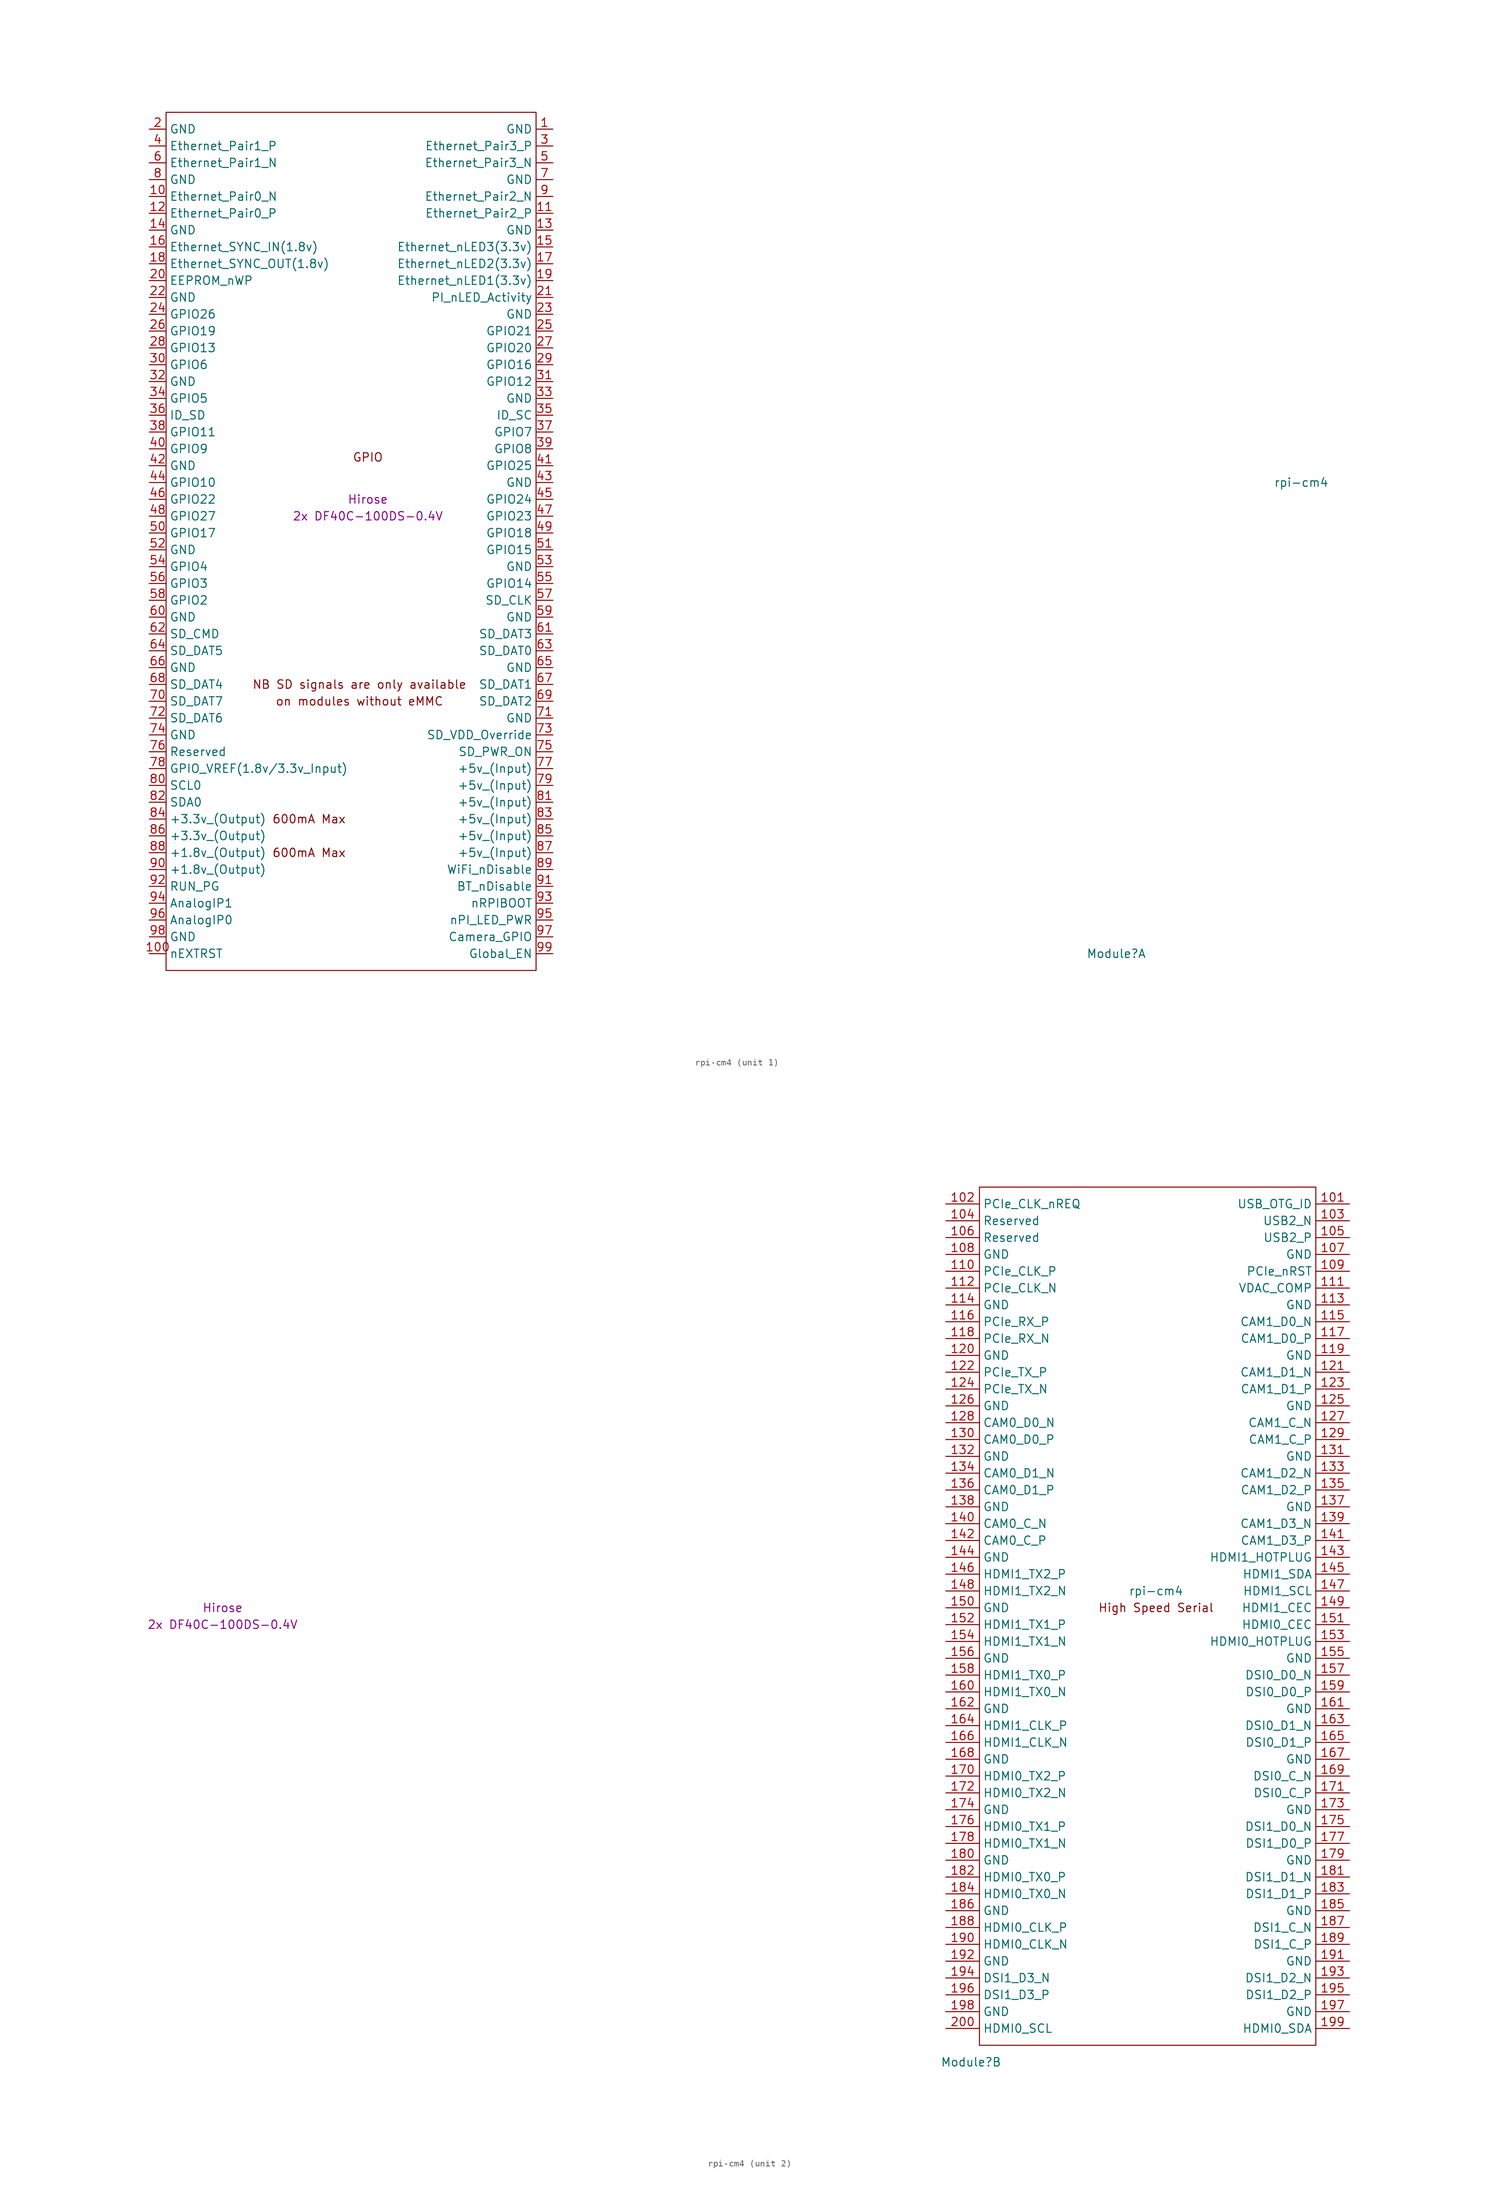
<source format=kicad_sym>
(kicad_symbol_lib
  (version 20231120)
  (generator "kicad_symbol_editor")
  (generator_version "8.0")
  (symbol "rpi-cm4"
    (property "Reference" "Module"
      (at 113.03 -68.58 0)
      (effects (font (size 1.27 1.27))))
    (property "Value" "rpi-cm4"
      (at 140.97 2.54 0)
      (effects (font (size 1.27 1.27))))
    (property "Field4" "Hirose"
      (at 0 0 0)
      (effects (font (size 1.27 1.27))))
    (property "Field5" "2x DF40C-100DS-0.4V"
      (at 0 -2.54 0)
      (effects (font (size 1.27 1.27))))
    (symbol "rpi-cm4_1_0"
      (text "GPIO" (at 0 6.35 0) (effects (font (size 1.27 1.27)))))
    (symbol "rpi-cm4_1_1"
      (rectangle (start -30.48 -71.12) (end 25.4 58.42) (stroke (width 0) (type default)) (fill (type none)))
      (text "600mA Max" (at -8.89 -53.34 0) (effects (font (size 1.27 1.27))))
      (text "600mA Max" (at -8.89 -48.26 0) (effects (font (size 1.27 1.27))))
      (text "NB SD signals are only available" (at -1.27 -27.94 0) (effects (font (size 1.27 1.27))))
      (text "on modules without eMMC" (at -1.27 -30.48 0) (effects (font (size 1.27 1.27))))
      (pin power_in line (at 27.94 55.88 180) (length 2.54) (name "GND" (effects (font (size 1.27 1.27)))) (number "1" (effects (font (size 1.27 1.27)))))
      (pin passive line (at -33.02 45.72 0) (length 2.54) (name "Ethernet_Pair0_N" (effects (font (size 1.27 1.27)))) (number "10" (effects (font (size 1.27 1.27)))))
      (pin output line (at -33.02 -68.58 0) (length 2.54) (name "nEXTRST" (effects (font (size 1.27 1.27)))) (number "100" (effects (font (size 1.27 1.27)))))
      (pin passive line (at 27.94 43.18 180) (length 2.54) (name "Ethernet_Pair2_P" (effects (font (size 1.27 1.27)))) (number "11" (effects (font (size 1.27 1.27)))))
      (pin passive line (at -33.02 43.18 0) (length 2.54) (name "Ethernet_Pair0_P" (effects (font (size 1.27 1.27)))) (number "12" (effects (font (size 1.27 1.27)))))
      (pin power_in line (at 27.94 40.64 180) (length 2.54) (name "GND" (effects (font (size 1.27 1.27)))) (number "13" (effects (font (size 1.27 1.27)))))
      (pin power_in line (at -33.02 40.64 0) (length 2.54) (name "GND" (effects (font (size 1.27 1.27)))) (number "14" (effects (font (size 1.27 1.27)))))
      (pin output line (at 27.94 38.1 180) (length 2.54) (name "Ethernet_nLED3(3.3v)" (effects (font (size 1.27 1.27)))) (number "15" (effects (font (size 1.27 1.27)))))
      (pin input line (at -33.02 38.1 0) (length 2.54) (name "Ethernet_SYNC_IN(1.8v)" (effects (font (size 1.27 1.27)))) (number "16" (effects (font (size 1.27 1.27)))))
      (pin output line (at 27.94 35.56 180) (length 2.54) (name "Ethernet_nLED2(3.3v)" (effects (font (size 1.27 1.27)))) (number "17" (effects (font (size 1.27 1.27)))))
      (pin input line (at -33.02 35.56 0) (length 2.54) (name "Ethernet_SYNC_OUT(1.8v)" (effects (font (size 1.27 1.27)))) (number "18" (effects (font (size 1.27 1.27)))))
      (pin output line (at 27.94 33.02 180) (length 2.54) (name "Ethernet_nLED1(3.3v)" (effects (font (size 1.27 1.27)))) (number "19" (effects (font (size 1.27 1.27)))))
      (pin power_in line (at -33.02 55.88 0) (length 2.54) (name "GND" (effects (font (size 1.27 1.27)))) (number "2" (effects (font (size 1.27 1.27)))))
      (pin passive line (at -33.02 33.02 0) (length 2.54) (name "EEPROM_nWP" (effects (font (size 1.27 1.27)))) (number "20" (effects (font (size 1.27 1.27)))))
      (pin open_collector line (at 27.94 30.48 180) (length 2.54) (name "PI_nLED_Activity" (effects (font (size 1.27 1.27)))) (number "21" (effects (font (size 1.27 1.27)))))
      (pin power_in line (at -33.02 30.48 0) (length 2.54) (name "GND" (effects (font (size 1.27 1.27)))) (number "22" (effects (font (size 1.27 1.27)))))
      (pin power_in line (at 27.94 27.94 180) (length 2.54) (name "GND" (effects (font (size 1.27 1.27)))) (number "23" (effects (font (size 1.27 1.27)))))
      (pin passive line (at -33.02 27.94 0) (length 2.54) (name "GPIO26" (effects (font (size 1.27 1.27)))) (number "24" (effects (font (size 1.27 1.27)))))
      (pin passive line (at 27.94 25.4 180) (length 2.54) (name "GPIO21" (effects (font (size 1.27 1.27)))) (number "25" (effects (font (size 1.27 1.27)))))
      (pin passive line (at -33.02 25.4 0) (length 2.54) (name "GPIO19" (effects (font (size 1.27 1.27)))) (number "26" (effects (font (size 1.27 1.27)))))
      (pin passive line (at 27.94 22.86 180) (length 2.54) (name "GPIO20" (effects (font (size 1.27 1.27)))) (number "27" (effects (font (size 1.27 1.27)))))
      (pin passive line (at -33.02 22.86 0) (length 2.54) (name "GPIO13" (effects (font (size 1.27 1.27)))) (number "28" (effects (font (size 1.27 1.27)))))
      (pin passive line (at 27.94 20.32 180) (length 2.54) (name "GPIO16" (effects (font (size 1.27 1.27)))) (number "29" (effects (font (size 1.27 1.27)))))
      (pin passive line (at 27.94 53.34 180) (length 2.54) (name "Ethernet_Pair3_P" (effects (font (size 1.27 1.27)))) (number "3" (effects (font (size 1.27 1.27)))))
      (pin passive line (at -33.02 20.32 0) (length 2.54) (name "GPIO6" (effects (font (size 1.27 1.27)))) (number "30" (effects (font (size 1.27 1.27)))))
      (pin passive line (at 27.94 17.78 180) (length 2.54) (name "GPIO12" (effects (font (size 1.27 1.27)))) (number "31" (effects (font (size 1.27 1.27)))))
      (pin power_in line (at -33.02 17.78 0) (length 2.54) (name "GND" (effects (font (size 1.27 1.27)))) (number "32" (effects (font (size 1.27 1.27)))))
      (pin power_in line (at 27.94 15.24 180) (length 2.54) (name "GND" (effects (font (size 1.27 1.27)))) (number "33" (effects (font (size 1.27 1.27)))))
      (pin passive line (at -33.02 15.24 0) (length 2.54) (name "GPIO5" (effects (font (size 1.27 1.27)))) (number "34" (effects (font (size 1.27 1.27)))))
      (pin passive line (at 27.94 12.7 180) (length 2.54) (name "ID_SC" (effects (font (size 1.27 1.27)))) (number "35" (effects (font (size 1.27 1.27)))))
      (pin passive line (at -33.02 12.7 0) (length 2.54) (name "ID_SD" (effects (font (size 1.27 1.27)))) (number "36" (effects (font (size 1.27 1.27)))))
      (pin passive line (at 27.94 10.16 180) (length 2.54) (name "GPIO7" (effects (font (size 1.27 1.27)))) (number "37" (effects (font (size 1.27 1.27)))))
      (pin passive line (at -33.02 10.16 0) (length 2.54) (name "GPIO11" (effects (font (size 1.27 1.27)))) (number "38" (effects (font (size 1.27 1.27)))))
      (pin passive line (at 27.94 7.62 180) (length 2.54) (name "GPIO8" (effects (font (size 1.27 1.27)))) (number "39" (effects (font (size 1.27 1.27)))))
      (pin passive line (at -33.02 53.34 0) (length 2.54) (name "Ethernet_Pair1_P" (effects (font (size 1.27 1.27)))) (number "4" (effects (font (size 1.27 1.27)))))
      (pin passive line (at -33.02 7.62 0) (length 2.54) (name "GPIO9" (effects (font (size 1.27 1.27)))) (number "40" (effects (font (size 1.27 1.27)))))
      (pin passive line (at 27.94 5.08 180) (length 2.54) (name "GPIO25" (effects (font (size 1.27 1.27)))) (number "41" (effects (font (size 1.27 1.27)))))
      (pin power_in line (at -33.02 5.08 0) (length 2.54) (name "GND" (effects (font (size 1.27 1.27)))) (number "42" (effects (font (size 1.27 1.27)))))
      (pin power_in line (at 27.94 2.54 180) (length 2.54) (name "GND" (effects (font (size 1.27 1.27)))) (number "43" (effects (font (size 1.27 1.27)))))
      (pin passive line (at -33.02 2.54 0) (length 2.54) (name "GPIO10" (effects (font (size 1.27 1.27)))) (number "44" (effects (font (size 1.27 1.27)))))
      (pin passive line (at 27.94 0 180) (length 2.54) (name "GPIO24" (effects (font (size 1.27 1.27)))) (number "45" (effects (font (size 1.27 1.27)))))
      (pin passive line (at -33.02 0 0) (length 2.54) (name "GPIO22" (effects (font (size 1.27 1.27)))) (number "46" (effects (font (size 1.27 1.27)))))
      (pin passive line (at 27.94 -2.54 180) (length 2.54) (name "GPIO23" (effects (font (size 1.27 1.27)))) (number "47" (effects (font (size 1.27 1.27)))))
      (pin passive line (at -33.02 -2.54 0) (length 2.54) (name "GPIO27" (effects (font (size 1.27 1.27)))) (number "48" (effects (font (size 1.27 1.27)))))
      (pin passive line (at 27.94 -5.08 180) (length 2.54) (name "GPIO18" (effects (font (size 1.27 1.27)))) (number "49" (effects (font (size 1.27 1.27)))))
      (pin passive line (at 27.94 50.8 180) (length 2.54) (name "Ethernet_Pair3_N" (effects (font (size 1.27 1.27)))) (number "5" (effects (font (size 1.27 1.27)))))
      (pin passive line (at -33.02 -5.08 0) (length 2.54) (name "GPIO17" (effects (font (size 1.27 1.27)))) (number "50" (effects (font (size 1.27 1.27)))))
      (pin passive line (at 27.94 -7.62 180) (length 2.54) (name "GPIO15" (effects (font (size 1.27 1.27)))) (number "51" (effects (font (size 1.27 1.27)))))
      (pin power_in line (at -33.02 -7.62 0) (length 2.54) (name "GND" (effects (font (size 1.27 1.27)))) (number "52" (effects (font (size 1.27 1.27)))))
      (pin power_in line (at 27.94 -10.16 180) (length 2.54) (name "GND" (effects (font (size 1.27 1.27)))) (number "53" (effects (font (size 1.27 1.27)))))
      (pin passive line (at -33.02 -10.16 0) (length 2.54) (name "GPIO4" (effects (font (size 1.27 1.27)))) (number "54" (effects (font (size 1.27 1.27)))))
      (pin passive line (at 27.94 -12.7 180) (length 2.54) (name "GPIO14" (effects (font (size 1.27 1.27)))) (number "55" (effects (font (size 1.27 1.27)))))
      (pin passive line (at -33.02 -12.7 0) (length 2.54) (name "GPIO3" (effects (font (size 1.27 1.27)))) (number "56" (effects (font (size 1.27 1.27)))))
      (pin passive line (at 27.94 -15.24 180) (length 2.54) (name "SD_CLK" (effects (font (size 1.27 1.27)))) (number "57" (effects (font (size 1.27 1.27)))))
      (pin passive line (at -33.02 -15.24 0) (length 2.54) (name "GPIO2" (effects (font (size 1.27 1.27)))) (number "58" (effects (font (size 1.27 1.27)))))
      (pin power_in line (at 27.94 -17.78 180) (length 2.54) (name "GND" (effects (font (size 1.27 1.27)))) (number "59" (effects (font (size 1.27 1.27)))))
      (pin passive line (at -33.02 50.8 0) (length 2.54) (name "Ethernet_Pair1_N" (effects (font (size 1.27 1.27)))) (number "6" (effects (font (size 1.27 1.27)))))
      (pin power_in line (at -33.02 -17.78 0) (length 2.54) (name "GND" (effects (font (size 1.27 1.27)))) (number "60" (effects (font (size 1.27 1.27)))))
      (pin passive line (at 27.94 -20.32 180) (length 2.54) (name "SD_DAT3" (effects (font (size 1.27 1.27)))) (number "61" (effects (font (size 1.27 1.27)))))
      (pin passive line (at -33.02 -20.32 0) (length 2.54) (name "SD_CMD" (effects (font (size 1.27 1.27)))) (number "62" (effects (font (size 1.27 1.27)))))
      (pin passive line (at 27.94 -22.86 180) (length 2.54) (name "SD_DAT0" (effects (font (size 1.27 1.27)))) (number "63" (effects (font (size 1.27 1.27)))))
      (pin passive line (at -33.02 -22.86 0) (length 2.54) (name "SD_DAT5" (effects (font (size 1.27 1.27)))) (number "64" (effects (font (size 1.27 1.27)))))
      (pin power_in line (at 27.94 -25.4 180) (length 2.54) (name "GND" (effects (font (size 1.27 1.27)))) (number "65" (effects (font (size 1.27 1.27)))))
      (pin power_in line (at -33.02 -25.4 0) (length 2.54) (name "GND" (effects (font (size 1.27 1.27)))) (number "66" (effects (font (size 1.27 1.27)))))
      (pin passive line (at 27.94 -27.94 180) (length 2.54) (name "SD_DAT1" (effects (font (size 1.27 1.27)))) (number "67" (effects (font (size 1.27 1.27)))))
      (pin passive line (at -33.02 -27.94 0) (length 2.54) (name "SD_DAT4" (effects (font (size 1.27 1.27)))) (number "68" (effects (font (size 1.27 1.27)))))
      (pin passive line (at 27.94 -30.48 180) (length 2.54) (name "SD_DAT2" (effects (font (size 1.27 1.27)))) (number "69" (effects (font (size 1.27 1.27)))))
      (pin power_in line (at 27.94 48.26 180) (length 2.54) (name "GND" (effects (font (size 1.27 1.27)))) (number "7" (effects (font (size 1.27 1.27)))))
      (pin passive line (at -33.02 -30.48 0) (length 2.54) (name "SD_DAT7" (effects (font (size 1.27 1.27)))) (number "70" (effects (font (size 1.27 1.27)))))
      (pin power_in line (at 27.94 -33.02 180) (length 2.54) (name "GND" (effects (font (size 1.27 1.27)))) (number "71" (effects (font (size 1.27 1.27)))))
      (pin passive line (at -33.02 -33.02 0) (length 2.54) (name "SD_DAT6" (effects (font (size 1.27 1.27)))) (number "72" (effects (font (size 1.27 1.27)))))
      (pin input line (at 27.94 -35.56 180) (length 2.54) (name "SD_VDD_Override" (effects (font (size 1.27 1.27)))) (number "73" (effects (font (size 1.27 1.27)))))
      (pin power_in line (at -33.02 -35.56 0) (length 2.54) (name "GND" (effects (font (size 1.27 1.27)))) (number "74" (effects (font (size 1.27 1.27)))))
      (pin output line (at 27.94 -38.1 180) (length 2.54) (name "SD_PWR_ON" (effects (font (size 1.27 1.27)))) (number "75" (effects (font (size 1.27 1.27)))))
      (pin passive line (at -33.02 -38.1 0) (length 2.54) (name "Reserved" (effects (font (size 1.27 1.27)))) (number "76" (effects (font (size 1.27 1.27)))))
      (pin power_in line (at 27.94 -40.64 180) (length 2.54) (name "+5v_(Input)" (effects (font (size 1.27 1.27)))) (number "77" (effects (font (size 1.27 1.27)))))
      (pin power_in line (at -33.02 -40.64 0) (length 2.54) (name "GPIO_VREF(1.8v/3.3v_Input)" (effects (font (size 1.27 1.27)))) (number "78" (effects (font (size 1.27 1.27)))))
      (pin power_in line (at 27.94 -43.18 180) (length 2.54) (name "+5v_(Input)" (effects (font (size 1.27 1.27)))) (number "79" (effects (font (size 1.27 1.27)))))
      (pin power_in line (at -33.02 48.26 0) (length 2.54) (name "GND" (effects (font (size 1.27 1.27)))) (number "8" (effects (font (size 1.27 1.27)))))
      (pin passive line (at -33.02 -43.18 0) (length 2.54) (name "SCL0" (effects (font (size 1.27 1.27)))) (number "80" (effects (font (size 1.27 1.27)))))
      (pin power_in line (at 27.94 -45.72 180) (length 2.54) (name "+5v_(Input)" (effects (font (size 1.27 1.27)))) (number "81" (effects (font (size 1.27 1.27)))))
      (pin passive line (at -33.02 -45.72 0) (length 2.54) (name "SDA0" (effects (font (size 1.27 1.27)))) (number "82" (effects (font (size 1.27 1.27)))))
      (pin power_in line (at 27.94 -48.26 180) (length 2.54) (name "+5v_(Input)" (effects (font (size 1.27 1.27)))) (number "83" (effects (font (size 1.27 1.27)))))
      (pin power_out line (at -33.02 -48.26 0) (length 2.54) (name "+3.3v_(Output)" (effects (font (size 1.27 1.27)))) (number "84" (effects (font (size 1.27 1.27)))))
      (pin power_in line (at 27.94 -50.8 180) (length 2.54) (name "+5v_(Input)" (effects (font (size 1.27 1.27)))) (number "85" (effects (font (size 1.27 1.27)))))
      (pin power_out line (at -33.02 -50.8 0) (length 2.54) (name "+3.3v_(Output)" (effects (font (size 1.27 1.27)))) (number "86" (effects (font (size 1.27 1.27)))))
      (pin power_in line (at 27.94 -53.34 180) (length 2.54) (name "+5v_(Input)" (effects (font (size 1.27 1.27)))) (number "87" (effects (font (size 1.27 1.27)))))
      (pin power_out line (at -33.02 -53.34 0) (length 2.54) (name "+1.8v_(Output)" (effects (font (size 1.27 1.27)))) (number "88" (effects (font (size 1.27 1.27)))))
      (pin power_in line (at 27.94 -55.88 180) (length 2.54) (name "WiFi_nDisable" (effects (font (size 1.27 1.27)))) (number "89" (effects (font (size 1.27 1.27)))))
      (pin passive line (at 27.94 45.72 180) (length 2.54) (name "Ethernet_Pair2_N" (effects (font (size 1.27 1.27)))) (number "9" (effects (font (size 1.27 1.27)))))
      (pin power_out line (at -33.02 -55.88 0) (length 2.54) (name "+1.8v_(Output)" (effects (font (size 1.27 1.27)))) (number "90" (effects (font (size 1.27 1.27)))))
      (pin power_in line (at 27.94 -58.42 180) (length 2.54) (name "BT_nDisable" (effects (font (size 1.27 1.27)))) (number "91" (effects (font (size 1.27 1.27)))))
      (pin passive line (at -33.02 -58.42 0) (length 2.54) (name "RUN_PG" (effects (font (size 1.27 1.27)))) (number "92" (effects (font (size 1.27 1.27)))))
      (pin input line (at 27.94 -60.96 180) (length 2.54) (name "nRPIBOOT" (effects (font (size 1.27 1.27)))) (number "93" (effects (font (size 1.27 1.27)))))
      (pin passive line (at -33.02 -60.96 0) (length 2.54) (name "AnalogIP1" (effects (font (size 1.27 1.27)))) (number "94" (effects (font (size 1.27 1.27)))))
      (pin output line (at 27.94 -63.5 180) (length 2.54) (name "nPI_LED_PWR" (effects (font (size 1.27 1.27)))) (number "95" (effects (font (size 1.27 1.27)))))
      (pin passive line (at -33.02 -63.5 0) (length 2.54) (name "AnalogIP0" (effects (font (size 1.27 1.27)))) (number "96" (effects (font (size 1.27 1.27)))))
      (pin passive line (at 27.94 -66.04 180) (length 2.54) (name "Camera_GPIO" (effects (font (size 1.27 1.27)))) (number "97" (effects (font (size 1.27 1.27)))))
      (pin power_in line (at -33.02 -66.04 0) (length 2.54) (name "GND" (effects (font (size 1.27 1.27)))) (number "98" (effects (font (size 1.27 1.27)))))
      (pin input line (at 27.94 -68.58 180) (length 2.54) (name "Global_EN" (effects (font (size 1.27 1.27)))) (number "99" (effects (font (size 1.27 1.27))))))
    (symbol "rpi-cm4_2_1"
      (rectangle (start 114.3 -66.04) (end 165.1 63.5) (stroke (width 0) (type default)) (fill (type none)))
      (text "High Speed Serial" (at 140.97 0 0) (effects (font (size 1.27 1.27))))
      (pin input line (at 170.18 60.96 180) (length 5.08) (name "USB_OTG_ID" (effects (font (size 1.27 1.27)))) (number "101" (effects (font (size 1.27 1.27)))))
      (pin input line (at 109.22 60.96 0) (length 5.08) (name "PCIe_CLK_nREQ" (effects (font (size 1.27 1.27)))) (number "102" (effects (font (size 1.27 1.27)))))
      (pin passive line (at 170.18 58.42 180) (length 5.08) (name "USB2_N" (effects (font (size 1.27 1.27)))) (number "103" (effects (font (size 1.27 1.27)))))
      (pin passive line (at 109.22 58.42 0) (length 5.08) (name "Reserved" (effects (font (size 1.27 1.27)))) (number "104" (effects (font (size 1.27 1.27)))))
      (pin passive line (at 170.18 55.88 180) (length 5.08) (name "USB2_P" (effects (font (size 1.27 1.27)))) (number "105" (effects (font (size 1.27 1.27)))))
      (pin passive line (at 109.22 55.88 0) (length 5.08) (name "Reserved" (effects (font (size 1.27 1.27)))) (number "106" (effects (font (size 1.27 1.27)))))
      (pin power_in line (at 170.18 53.34 180) (length 5.08) (name "GND" (effects (font (size 1.27 1.27)))) (number "107" (effects (font (size 1.27 1.27)))))
      (pin power_in line (at 109.22 53.34 0) (length 5.08) (name "GND" (effects (font (size 1.27 1.27)))) (number "108" (effects (font (size 1.27 1.27)))))
      (pin bidirectional line (at 170.18 50.8 180) (length 5.08) (name "PCIe_nRST" (effects (font (size 1.27 1.27)))) (number "109" (effects (font (size 1.27 1.27)))))
      (pin output line (at 109.22 50.8 0) (length 5.08) (name "PCIe_CLK_P" (effects (font (size 1.27 1.27)))) (number "110" (effects (font (size 1.27 1.27)))))
      (pin passive line (at 170.18 48.26 180) (length 5.08) (name "VDAC_COMP" (effects (font (size 1.27 1.27)))) (number "111" (effects (font (size 1.27 1.27)))))
      (pin output line (at 109.22 48.26 0) (length 5.08) (name "PCIe_CLK_N" (effects (font (size 1.27 1.27)))) (number "112" (effects (font (size 1.27 1.27)))))
      (pin power_in line (at 170.18 45.72 180) (length 5.08) (name "GND" (effects (font (size 1.27 1.27)))) (number "113" (effects (font (size 1.27 1.27)))))
      (pin power_in line (at 109.22 45.72 0) (length 5.08) (name "GND" (effects (font (size 1.27 1.27)))) (number "114" (effects (font (size 1.27 1.27)))))
      (pin input line (at 170.18 43.18 180) (length 5.08) (name "CAM1_D0_N" (effects (font (size 1.27 1.27)))) (number "115" (effects (font (size 1.27 1.27)))))
      (pin input line (at 109.22 43.18 0) (length 5.08) (name "PCIe_RX_P" (effects (font (size 1.27 1.27)))) (number "116" (effects (font (size 1.27 1.27)))))
      (pin input line (at 170.18 40.64 180) (length 5.08) (name "CAM1_D0_P" (effects (font (size 1.27 1.27)))) (number "117" (effects (font (size 1.27 1.27)))))
      (pin input line (at 109.22 40.64 0) (length 5.08) (name "PCIe_RX_N" (effects (font (size 1.27 1.27)))) (number "118" (effects (font (size 1.27 1.27)))))
      (pin power_in line (at 170.18 38.1 180) (length 5.08) (name "GND" (effects (font (size 1.27 1.27)))) (number "119" (effects (font (size 1.27 1.27)))))
      (pin power_in line (at 109.22 38.1 0) (length 5.08) (name "GND" (effects (font (size 1.27 1.27)))) (number "120" (effects (font (size 1.27 1.27)))))
      (pin input line (at 170.18 35.56 180) (length 5.08) (name "CAM1_D1_N" (effects (font (size 1.27 1.27)))) (number "121" (effects (font (size 1.27 1.27)))))
      (pin output line (at 109.22 35.56 0) (length 5.08) (name "PCIe_TX_P" (effects (font (size 1.27 1.27)))) (number "122" (effects (font (size 1.27 1.27)))))
      (pin input line (at 170.18 33.02 180) (length 5.08) (name "CAM1_D1_P" (effects (font (size 1.27 1.27)))) (number "123" (effects (font (size 1.27 1.27)))))
      (pin output line (at 109.22 33.02 0) (length 5.08) (name "PCIe_TX_N" (effects (font (size 1.27 1.27)))) (number "124" (effects (font (size 1.27 1.27)))))
      (pin power_in line (at 170.18 30.48 180) (length 5.08) (name "GND" (effects (font (size 1.27 1.27)))) (number "125" (effects (font (size 1.27 1.27)))))
      (pin power_in line (at 109.22 30.48 0) (length 5.08) (name "GND" (effects (font (size 1.27 1.27)))) (number "126" (effects (font (size 1.27 1.27)))))
      (pin input line (at 170.18 27.94 180) (length 5.08) (name "CAM1_C_N" (effects (font (size 1.27 1.27)))) (number "127" (effects (font (size 1.27 1.27)))))
      (pin input line (at 109.22 27.94 0) (length 5.08) (name "CAM0_D0_N" (effects (font (size 1.27 1.27)))) (number "128" (effects (font (size 1.27 1.27)))))
      (pin input line (at 170.18 25.4 180) (length 5.08) (name "CAM1_C_P" (effects (font (size 1.27 1.27)))) (number "129" (effects (font (size 1.27 1.27)))))
      (pin input line (at 109.22 25.4 0) (length 5.08) (name "CAM0_D0_P" (effects (font (size 1.27 1.27)))) (number "130" (effects (font (size 1.27 1.27)))))
      (pin power_in line (at 170.18 22.86 180) (length 5.08) (name "GND" (effects (font (size 1.27 1.27)))) (number "131" (effects (font (size 1.27 1.27)))))
      (pin power_in line (at 109.22 22.86 0) (length 5.08) (name "GND" (effects (font (size 1.27 1.27)))) (number "132" (effects (font (size 1.27 1.27)))))
      (pin input line (at 170.18 20.32 180) (length 5.08) (name "CAM1_D2_N" (effects (font (size 1.27 1.27)))) (number "133" (effects (font (size 1.27 1.27)))))
      (pin input line (at 109.22 20.32 0) (length 5.08) (name "CAM0_D1_N" (effects (font (size 1.27 1.27)))) (number "134" (effects (font (size 1.27 1.27)))))
      (pin input line (at 170.18 17.78 180) (length 5.08) (name "CAM1_D2_P" (effects (font (size 1.27 1.27)))) (number "135" (effects (font (size 1.27 1.27)))))
      (pin input line (at 109.22 17.78 0) (length 5.08) (name "CAM0_D1_P" (effects (font (size 1.27 1.27)))) (number "136" (effects (font (size 1.27 1.27)))))
      (pin power_in line (at 170.18 15.24 180) (length 5.08) (name "GND" (effects (font (size 1.27 1.27)))) (number "137" (effects (font (size 1.27 1.27)))))
      (pin power_in line (at 109.22 15.24 0) (length 5.08) (name "GND" (effects (font (size 1.27 1.27)))) (number "138" (effects (font (size 1.27 1.27)))))
      (pin input line (at 170.18 12.7 180) (length 5.08) (name "CAM1_D3_N" (effects (font (size 1.27 1.27)))) (number "139" (effects (font (size 1.27 1.27)))))
      (pin input line (at 109.22 12.7 0) (length 5.08) (name "CAM0_C_N" (effects (font (size 1.27 1.27)))) (number "140" (effects (font (size 1.27 1.27)))))
      (pin input line (at 170.18 10.16 180) (length 5.08) (name "CAM1_D3_P" (effects (font (size 1.27 1.27)))) (number "141" (effects (font (size 1.27 1.27)))))
      (pin input line (at 109.22 10.16 0) (length 5.08) (name "CAM0_C_P" (effects (font (size 1.27 1.27)))) (number "142" (effects (font (size 1.27 1.27)))))
      (pin input line (at 170.18 7.62 180) (length 5.08) (name "HDMI1_HOTPLUG" (effects (font (size 1.27 1.27)))) (number "143" (effects (font (size 1.27 1.27)))))
      (pin power_in line (at 109.22 7.62 0) (length 5.08) (name "GND" (effects (font (size 1.27 1.27)))) (number "144" (effects (font (size 1.27 1.27)))))
      (pin bidirectional line (at 170.18 5.08 180) (length 5.08) (name "HDMI1_SDA" (effects (font (size 1.27 1.27)))) (number "145" (effects (font (size 1.27 1.27)))))
      (pin output line (at 109.22 5.08 0) (length 5.08) (name "HDMI1_TX2_P" (effects (font (size 1.27 1.27)))) (number "146" (effects (font (size 1.27 1.27)))))
      (pin open_collector line (at 170.18 2.54 180) (length 5.08) (name "HDMI1_SCL" (effects (font (size 1.27 1.27)))) (number "147" (effects (font (size 1.27 1.27)))))
      (pin output line (at 109.22 2.54 0) (length 5.08) (name "HDMI1_TX2_N" (effects (font (size 1.27 1.27)))) (number "148" (effects (font (size 1.27 1.27)))))
      (pin open_collector line (at 170.18 0 180) (length 5.08) (name "HDMI1_CEC" (effects (font (size 1.27 1.27)))) (number "149" (effects (font (size 1.27 1.27)))))
      (pin power_in line (at 109.22 0 0) (length 5.08) (name "GND" (effects (font (size 1.27 1.27)))) (number "150" (effects (font (size 1.27 1.27)))))
      (pin open_collector line (at 170.18 -2.54 180) (length 5.08) (name "HDMI0_CEC" (effects (font (size 1.27 1.27)))) (number "151" (effects (font (size 1.27 1.27)))))
      (pin output line (at 109.22 -2.54 0) (length 5.08) (name "HDMI1_TX1_P" (effects (font (size 1.27 1.27)))) (number "152" (effects (font (size 1.27 1.27)))))
      (pin input line (at 170.18 -5.08 180) (length 5.08) (name "HDMI0_HOTPLUG" (effects (font (size 1.27 1.27)))) (number "153" (effects (font (size 1.27 1.27)))))
      (pin output line (at 109.22 -5.08 0) (length 5.08) (name "HDMI1_TX1_N" (effects (font (size 1.27 1.27)))) (number "154" (effects (font (size 1.27 1.27)))))
      (pin power_in line (at 170.18 -7.62 180) (length 5.08) (name "GND" (effects (font (size 1.27 1.27)))) (number "155" (effects (font (size 1.27 1.27)))))
      (pin power_in line (at 109.22 -7.62 0) (length 5.08) (name "GND" (effects (font (size 1.27 1.27)))) (number "156" (effects (font (size 1.27 1.27)))))
      (pin output line (at 170.18 -10.16 180) (length 5.08) (name "DSI0_D0_N" (effects (font (size 1.27 1.27)))) (number "157" (effects (font (size 1.27 1.27)))))
      (pin output line (at 109.22 -10.16 0) (length 5.08) (name "HDMI1_TX0_P" (effects (font (size 1.27 1.27)))) (number "158" (effects (font (size 1.27 1.27)))))
      (pin output line (at 170.18 -12.7 180) (length 5.08) (name "DSI0_D0_P" (effects (font (size 1.27 1.27)))) (number "159" (effects (font (size 1.27 1.27)))))
      (pin output line (at 109.22 -12.7 0) (length 5.08) (name "HDMI1_TX0_N" (effects (font (size 1.27 1.27)))) (number "160" (effects (font (size 1.27 1.27)))))
      (pin power_in line (at 170.18 -15.24 180) (length 5.08) (name "GND" (effects (font (size 1.27 1.27)))) (number "161" (effects (font (size 1.27 1.27)))))
      (pin power_in line (at 109.22 -15.24 0) (length 5.08) (name "GND" (effects (font (size 1.27 1.27)))) (number "162" (effects (font (size 1.27 1.27)))))
      (pin output line (at 170.18 -17.78 180) (length 5.08) (name "DSI0_D1_N" (effects (font (size 1.27 1.27)))) (number "163" (effects (font (size 1.27 1.27)))))
      (pin output line (at 109.22 -17.78 0) (length 5.08) (name "HDMI1_CLK_P" (effects (font (size 1.27 1.27)))) (number "164" (effects (font (size 1.27 1.27)))))
      (pin output line (at 170.18 -20.32 180) (length 5.08) (name "DSI0_D1_P" (effects (font (size 1.27 1.27)))) (number "165" (effects (font (size 1.27 1.27)))))
      (pin output line (at 109.22 -20.32 0) (length 5.08) (name "HDMI1_CLK_N" (effects (font (size 1.27 1.27)))) (number "166" (effects (font (size 1.27 1.27)))))
      (pin power_in line (at 170.18 -22.86 180) (length 5.08) (name "GND" (effects (font (size 1.27 1.27)))) (number "167" (effects (font (size 1.27 1.27)))))
      (pin power_in line (at 109.22 -22.86 0) (length 5.08) (name "GND" (effects (font (size 1.27 1.27)))) (number "168" (effects (font (size 1.27 1.27)))))
      (pin output line (at 170.18 -25.4 180) (length 5.08) (name "DSI0_C_N" (effects (font (size 1.27 1.27)))) (number "169" (effects (font (size 1.27 1.27)))))
      (pin output line (at 109.22 -25.4 0) (length 5.08) (name "HDMI0_TX2_P" (effects (font (size 1.27 1.27)))) (number "170" (effects (font (size 1.27 1.27)))))
      (pin output line (at 170.18 -27.94 180) (length 5.08) (name "DSI0_C_P" (effects (font (size 1.27 1.27)))) (number "171" (effects (font (size 1.27 1.27)))))
      (pin output line (at 109.22 -27.94 0) (length 5.08) (name "HDMI0_TX2_N" (effects (font (size 1.27 1.27)))) (number "172" (effects (font (size 1.27 1.27)))))
      (pin power_in line (at 170.18 -30.48 180) (length 5.08) (name "GND" (effects (font (size 1.27 1.27)))) (number "173" (effects (font (size 1.27 1.27)))))
      (pin power_in line (at 109.22 -30.48 0) (length 5.08) (name "GND" (effects (font (size 1.27 1.27)))) (number "174" (effects (font (size 1.27 1.27)))))
      (pin output line (at 170.18 -33.02 180) (length 5.08) (name "DSI1_D0_N" (effects (font (size 1.27 1.27)))) (number "175" (effects (font (size 1.27 1.27)))))
      (pin output line (at 109.22 -33.02 0) (length 5.08) (name "HDMI0_TX1_P" (effects (font (size 1.27 1.27)))) (number "176" (effects (font (size 1.27 1.27)))))
      (pin output line (at 170.18 -35.56 180) (length 5.08) (name "DSI1_D0_P" (effects (font (size 1.27 1.27)))) (number "177" (effects (font (size 1.27 1.27)))))
      (pin output line (at 109.22 -35.56 0) (length 5.08) (name "HDMI0_TX1_N" (effects (font (size 1.27 1.27)))) (number "178" (effects (font (size 1.27 1.27)))))
      (pin power_in line (at 170.18 -38.1 180) (length 5.08) (name "GND" (effects (font (size 1.27 1.27)))) (number "179" (effects (font (size 1.27 1.27)))))
      (pin power_in line (at 109.22 -38.1 0) (length 5.08) (name "GND" (effects (font (size 1.27 1.27)))) (number "180" (effects (font (size 1.27 1.27)))))
      (pin output line (at 170.18 -40.64 180) (length 5.08) (name "DSI1_D1_N" (effects (font (size 1.27 1.27)))) (number "181" (effects (font (size 1.27 1.27)))))
      (pin output line (at 109.22 -40.64 0) (length 5.08) (name "HDMI0_TX0_P" (effects (font (size 1.27 1.27)))) (number "182" (effects (font (size 1.27 1.27)))))
      (pin output line (at 170.18 -43.18 180) (length 5.08) (name "DSI1_D1_P" (effects (font (size 1.27 1.27)))) (number "183" (effects (font (size 1.27 1.27)))))
      (pin output line (at 109.22 -43.18 0) (length 5.08) (name "HDMI0_TX0_N" (effects (font (size 1.27 1.27)))) (number "184" (effects (font (size 1.27 1.27)))))
      (pin power_in line (at 170.18 -45.72 180) (length 5.08) (name "GND" (effects (font (size 1.27 1.27)))) (number "185" (effects (font (size 1.27 1.27)))))
      (pin power_in line (at 109.22 -45.72 0) (length 5.08) (name "GND" (effects (font (size 1.27 1.27)))) (number "186" (effects (font (size 1.27 1.27)))))
      (pin output line (at 170.18 -48.26 180) (length 5.08) (name "DSI1_C_N" (effects (font (size 1.27 1.27)))) (number "187" (effects (font (size 1.27 1.27)))))
      (pin output line (at 109.22 -48.26 0) (length 5.08) (name "HDMI0_CLK_P" (effects (font (size 1.27 1.27)))) (number "188" (effects (font (size 1.27 1.27)))))
      (pin output line (at 170.18 -50.8 180) (length 5.08) (name "DSI1_C_P" (effects (font (size 1.27 1.27)))) (number "189" (effects (font (size 1.27 1.27)))))
      (pin output line (at 109.22 -50.8 0) (length 5.08) (name "HDMI0_CLK_N" (effects (font (size 1.27 1.27)))) (number "190" (effects (font (size 1.27 1.27)))))
      (pin power_in line (at 170.18 -53.34 180) (length 5.08) (name "GND" (effects (font (size 1.27 1.27)))) (number "191" (effects (font (size 1.27 1.27)))))
      (pin power_in line (at 109.22 -53.34 0) (length 5.08) (name "GND" (effects (font (size 1.27 1.27)))) (number "192" (effects (font (size 1.27 1.27)))))
      (pin output line (at 170.18 -55.88 180) (length 5.08) (name "DSI1_D2_N" (effects (font (size 1.27 1.27)))) (number "193" (effects (font (size 1.27 1.27)))))
      (pin output line (at 109.22 -55.88 0) (length 5.08) (name "DSI1_D3_N" (effects (font (size 1.27 1.27)))) (number "194" (effects (font (size 1.27 1.27)))))
      (pin output line (at 170.18 -58.42 180) (length 5.08) (name "DSI1_D2_P" (effects (font (size 1.27 1.27)))) (number "195" (effects (font (size 1.27 1.27)))))
      (pin output line (at 109.22 -58.42 0) (length 5.08) (name "DSI1_D3_P" (effects (font (size 1.27 1.27)))) (number "196" (effects (font (size 1.27 1.27)))))
      (pin power_in line (at 170.18 -60.96 180) (length 5.08) (name "GND" (effects (font (size 1.27 1.27)))) (number "197" (effects (font (size 1.27 1.27)))))
      (pin power_in line (at 109.22 -60.96 0) (length 5.08) (name "GND" (effects (font (size 1.27 1.27)))) (number "198" (effects (font (size 1.27 1.27)))))
      (pin bidirectional line (at 170.18 -63.5 180) (length 5.08) (name "HDMI0_SDA" (effects (font (size 1.27 1.27)))) (number "199" (effects (font (size 1.27 1.27)))))
      (pin open_collector line (at 109.22 -63.5 0) (length 5.08) (name "HDMI0_SCL" (effects (font (size 1.27 1.27)))) (number "200" (effects (font (size 1.27 1.27))))))))
</source>
